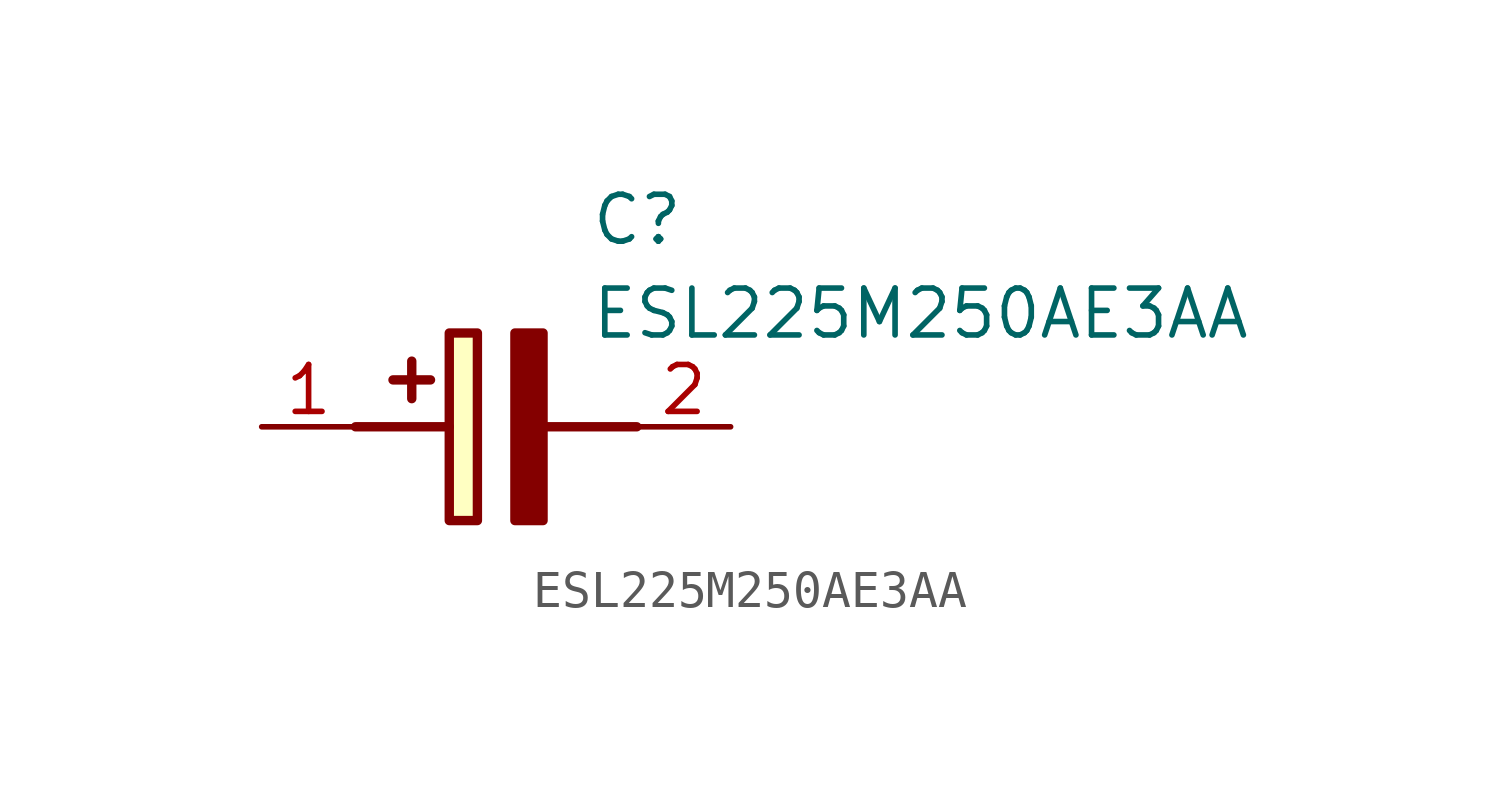
<source format=kicad_sym>
(kicad_symbol_lib
  (version 20211014)
  (generator SamacSys_ECAD_Model)
  (symbol "ESL225M250AE3AA"
    (pin_names hide)
    (property "Reference" "C"
      (at 8.89 6.35 0)
      (effects (font (size 1.27 1.27)) (justify left top)))
    (property "Value" "ESL225M250AE3AA"
      (at 8.89 3.81 0)
      (effects (font (size 1.27 1.27)) (justify left top)))
    (rectangle
      (start 5.08 2.54)
      (end 5.842 -2.54)
      (stroke (width 0.254) (type default))
      (fill (type background)))
    (polyline
      (pts (xy 4.572 1.27) (xy 3.556 1.27))
      (stroke (width 0.254) (type default))
      (fill (type none)))
    (polyline
      (pts (xy 4.064 1.778) (xy 4.064 0.762))
      (stroke (width 0.254) (type default))
      (fill (type none)))
    (polyline
      (pts (xy 2.54 0) (xy 5.08 0))
      (stroke (width 0.254) (type default))
      (fill (type none)))
    (polyline
      (pts (xy 7.62 0) (xy 10.16 0))
      (stroke (width 0.254) (type default))
      (fill (type none)))
    (polyline
      (pts (xy 7.62 2.54) (xy 7.62 -2.54) (xy 6.858 -2.54) (xy 6.858 2.54) (xy 7.62 2.54))
      (stroke (width 0.254) (type default))
      (fill (type outline)))
    (pin passive line
      (at 0 0 0)
      (length 2.54)
      (name "+" (effects (font (size 1.27 1.27))))
      (number "1" (effects (font (size 1.27 1.27)))))
    (pin passive line
      (at 12.7 0 180)
      (length 2.54)
      (name "-" (effects (font (size 1.27 1.27))))
      (number "2" (effects (font (size 1.27 1.27)))))))
</source>
